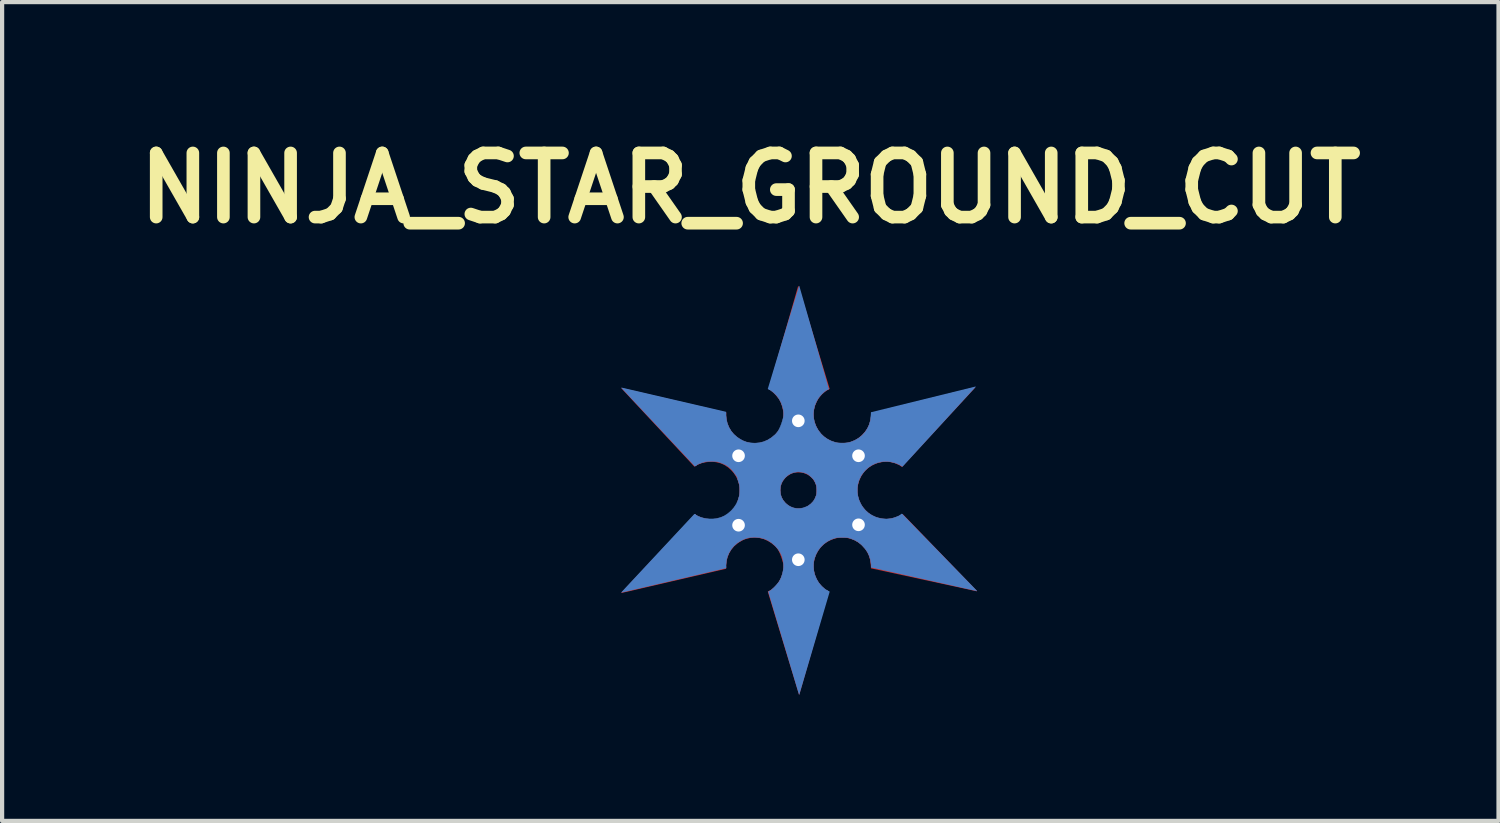
<source format=kicad_pcb>
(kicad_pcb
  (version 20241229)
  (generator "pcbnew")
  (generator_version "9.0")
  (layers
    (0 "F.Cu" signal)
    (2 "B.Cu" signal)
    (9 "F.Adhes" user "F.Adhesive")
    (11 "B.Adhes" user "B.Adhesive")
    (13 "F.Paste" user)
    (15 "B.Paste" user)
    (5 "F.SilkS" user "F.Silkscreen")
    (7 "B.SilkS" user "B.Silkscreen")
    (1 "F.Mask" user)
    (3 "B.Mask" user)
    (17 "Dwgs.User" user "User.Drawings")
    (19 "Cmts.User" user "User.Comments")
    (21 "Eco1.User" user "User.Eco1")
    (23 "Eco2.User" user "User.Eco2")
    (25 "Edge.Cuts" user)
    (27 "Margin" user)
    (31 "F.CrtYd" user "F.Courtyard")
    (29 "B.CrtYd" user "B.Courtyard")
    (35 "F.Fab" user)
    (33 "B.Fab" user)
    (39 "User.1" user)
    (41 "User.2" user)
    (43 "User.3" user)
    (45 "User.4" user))
  (footprint "NINJA_STAR_GROUND_CUT"
    (layer "F.Cu")
    (at 15.916 8.598)
    (property "Reference" "NINJA_STAR_GROUND_CUT" (at -1.14 -7.18 0) (layer "F.SilkS") (effects (font (size 1.524 1.524) (thickness 0.3))))
    (attr through_hole)
    (fp_poly (pts (xy 0.254 -2.418) (xy 0.352 -2.418) (xy 0.436 -2.418) (xy 0.507 -2.418) (xy 0.566 -2.417) (xy 0.614 -2.417) (xy 0.652 -2.416) (xy 0.681 -2.415) (xy 0.703 -2.414) (xy 0.717 -2.412) (xy 0.725 -2.411) (xy 0.728 -2.409) (xy 0.727 -2.407) (xy 0.724 -2.405) (xy 0.634 -2.348) (xy 0.555 -2.279) (xy 0.487 -2.199) (xy 0.433 -2.108) (xy 0.392 -2.009) (xy 0.38 -1.969) (xy 0.368 -1.905) (xy 0.362 -1.833) (xy 0.361 -1.76) (xy 0.367 -1.691) (xy 0.376 -1.644) (xy 0.412 -1.539) (xy 0.46 -1.444) (xy 0.522 -1.358) (xy 0.596 -1.283) (xy 0.68 -1.22) (xy 0.774 -1.17) (xy 0.861 -1.139) (xy 0.891 -1.131) (xy 0.92 -1.125) (xy 0.952 -1.122) (xy 0.991 -1.12) (xy 1.041 -1.12) (xy 1.05 -1.12) (xy 1.1 -1.121) (xy 1.137 -1.122) (xy 1.166 -1.125) (xy 1.192 -1.13) (xy 1.22 -1.137) (xy 1.253 -1.148) (xy 1.253 -1.148) (xy 1.34 -1.183) (xy 1.417 -1.227) (xy 1.488 -1.283) (xy 1.52 -1.314) (xy 1.592 -1.394) (xy 1.648 -1.476) (xy 1.688 -1.563) (xy 1.716 -1.657) (xy 1.728 -1.737) (xy 1.732 -1.773) (xy 1.735 -1.802) (xy 1.738 -1.82) (xy 1.739 -1.824) (xy 1.744 -1.818) (xy 1.755 -1.8) (xy 1.772 -1.772) (xy 1.792 -1.738) (xy 1.795 -1.732) (xy 1.818 -1.692) (xy 1.84 -1.655) (xy 1.858 -1.624) (xy 1.87 -1.603) (xy 1.878 -1.59) (xy 1.893 -1.563) (xy 1.915 -1.525) (xy 1.944 -1.476) (xy 1.978 -1.417) (xy 2.017 -1.35) (xy 2.06 -1.277) (xy 2.106 -1.198) (xy 2.154 -1.114) (xy 2.178 -1.073) (xy 2.227 -0.989) (xy 2.273 -0.91) (xy 2.316 -0.836) (xy 2.355 -0.768) (xy 2.39 -0.709) (xy 2.419 -0.659) (xy 2.442 -0.619) (xy 2.458 -0.591) (xy 2.467 -0.575) (xy 2.469 -0.573) (xy 2.463 -0.574) (xy 2.445 -0.582) (xy 2.418 -0.595) (xy 2.392 -0.607) (xy 2.291 -0.649) (xy 2.189 -0.675) (xy 2.086 -0.683) (xy 1.982 -0.674) (xy 1.876 -0.649) (xy 1.846 -0.639) (xy 1.752 -0.596) (xy 1.667 -0.541) (xy 1.594 -0.475) (xy 1.531 -0.4) (xy 1.48 -0.317) (xy 1.441 -0.228) (xy 1.415 -0.135) (xy 1.402 -0.038) (xy 1.402 0.06) (xy 1.417 0.157) (xy 1.447 0.253) (xy 1.492 0.346) (xy 1.509 0.373) (xy 1.574 0.458) (xy 1.649 0.53) (xy 1.732 0.589) (xy 1.822 0.635) (xy 1.918 0.666) (xy 2.017 0.683) (xy 2.118 0.686) (xy 2.219 0.672) (xy 2.32 0.644) (xy 2.389 0.614) (xy 2.472 0.572) (xy 2.456 0.598) (xy 2.45 0.61) (xy 2.435 0.635) (xy 2.414 0.672) (xy 2.386 0.72) (xy 2.352 0.779) (xy 2.313 0.846) (xy 2.27 0.921) (xy 2.223 1.003) (xy 2.173 1.091) (xy 2.12 1.182) (xy 2.095 1.226) (xy 2.042 1.319) (xy 1.991 1.407) (xy 1.943 1.491) (xy 1.898 1.568) (xy 1.858 1.638) (xy 1.822 1.699) (xy 1.792 1.75) (xy 1.768 1.791) (xy 1.751 1.82) (xy 1.742 1.835) (xy 1.74 1.838) (xy 1.735 1.84) (xy 1.732 1.832) (xy 1.729 1.812) (xy 1.726 1.779) (xy 1.725 1.758) (xy 1.711 1.653) (xy 1.683 1.555) (xy 1.639 1.462) (xy 1.582 1.378) (xy 1.513 1.303) (xy 1.433 1.239) (xy 1.342 1.186) (xy 1.246 1.148) (xy 1.178 1.131) (xy 1.101 1.122) (xy 1.021 1.121) (xy 0.943 1.126) (xy 0.885 1.137) (xy 0.79 1.168) (xy 0.7 1.212) (xy 0.619 1.267) (xy 0.549 1.331) (xy 0.543 1.337) (xy 0.475 1.424) (xy 0.423 1.516) (xy 0.386 1.613) (xy 0.365 1.714) (xy 0.358 1.815) (xy 0.368 1.917) (xy 0.393 2.018) (xy 0.434 2.115) (xy 0.469 2.177) (xy 0.506 2.227) (xy 0.551 2.278) (xy 0.601 2.326) (xy 0.65 2.365) (xy 0.67 2.379) (xy 0.695 2.394) (xy 0.712 2.406) (xy 0.72 2.412) (xy 0.72 2.412) (xy 0.711 2.413) (xy 0.687 2.413) (xy 0.649 2.414) (xy 0.597 2.414) (xy 0.534 2.414) (xy 0.459 2.415) (xy 0.375 2.415) (xy 0.283 2.415) (xy 0.184 2.415) (xy 0.079 2.415) (xy 0.004 2.415) (xy -0.104 2.415) (xy -0.208 2.415) (xy -0.305 2.415) (xy -0.395 2.415) (xy -0.476 2.415) (xy -0.547 2.414) (xy -0.607 2.414) (xy -0.654 2.413) (xy -0.688 2.413) (xy -0.707 2.413) (xy -0.711 2.412) (xy -0.705 2.407) (xy -0.687 2.395) (xy -0.663 2.379) (xy -0.661 2.378) (xy -0.584 2.321) (xy -0.515 2.251) (xy -0.456 2.17) (xy -0.408 2.081) (xy -0.374 1.985) (xy -0.371 1.975) (xy -0.356 1.906) (xy -0.349 1.843) (xy -0.35 1.78) (xy -0.361 1.715) (xy -0.381 1.642) (xy -0.397 1.594) (xy -0.423 1.523) (xy -0.449 1.465) (xy -0.474 1.417) (xy -0.503 1.377) (xy -0.535 1.339) (xy -0.55 1.324) (xy -0.636 1.252) (xy -0.728 1.195) (xy -0.824 1.154) (xy -0.925 1.129) (xy -1.029 1.12) (xy -1.033 1.12) (xy -1.134 1.126) (xy -1.227 1.145) (xy -1.315 1.178) (xy -1.4 1.226) (xy -1.455 1.264) (xy -1.535 1.334) (xy -1.6 1.414) (xy -1.652 1.503) (xy -1.689 1.599) (xy -1.711 1.702) (xy -1.717 1.762) (xy -1.719 1.799) (xy -1.722 1.829) (xy -1.726 1.849) (xy -1.729 1.855) (xy -1.734 1.847) (xy -1.746 1.826) (xy -1.766 1.793) (xy -1.792 1.749) (xy -1.823 1.696) (xy -1.859 1.634) (xy -1.899 1.565) (xy -1.942 1.491) (xy -1.988 1.412) (xy -2.035 1.33) (xy -2.083 1.246) (xy -2.132 1.161) (xy -2.18 1.077) (xy -2.227 0.995) (xy -2.272 0.916) (xy -2.314 0.842) (xy -2.352 0.774) (xy -2.377 0.73) (xy -2.399 0.691) (xy -2.42 0.655) (xy -2.437 0.625) (xy -2.448 0.607) (xy -2.448 0.606) (xy -2.458 0.587) (xy -2.457 0.579) (xy -2.445 0.584) (xy -2.42 0.599) (xy -2.419 0.599) (xy -2.385 0.619) (xy -2.339 0.638) (xy -2.286 0.657) (xy -2.232 0.672) (xy -2.193 0.68) (xy -2.122 0.688) (xy -2.048 0.69) (xy -1.976 0.685) (xy -1.91 0.675) (xy -1.863 0.662) (xy -1.779 0.629) (xy -1.708 0.593) (xy -1.648 0.552) (xy -1.595 0.504) (xy -1.568 0.474) (xy -1.543 0.443) (xy -1.517 0.408) (xy -1.492 0.374) (xy -1.471 0.342) (xy -1.456 0.317) (xy -1.448 0.3) (xy -1.448 0.298) (xy -1.445 0.284) (xy -1.438 0.256) (xy -1.425 0.214) (xy -1.408 0.163) (xy -1.398 0.118) (xy -1.392 0.062) (xy -1.391 0.003) (xy -0.432 0.003) (xy -0.426 0.083) (xy -0.406 0.156) (xy -0.372 0.224) (xy -0.323 0.288) (xy -0.304 0.309) (xy -0.239 0.364) (xy -0.166 0.404) (xy -0.088 0.429) (xy -0.006 0.439) (xy 0.08 0.432) (xy 0.124 0.422) (xy 0.174 0.406) (xy 0.219 0.385) (xy 0.262 0.356) (xy 0.307 0.317) (xy 0.357 0.266) (xy 0.361 0.261) (xy 0.374 0.242) (xy 0.39 0.212) (xy 0.406 0.176) (xy 0.421 0.14) (xy 0.427 0.121) (xy 0.435 0.079) (xy 0.439 0.027) (xy 0.439 -0.028) (xy 0.435 -0.079) (xy 0.429 -0.112) (xy 0.399 -0.19) (xy 0.356 -0.261) (xy 0.299 -0.321) (xy 0.232 -0.37) (xy 0.207 -0.383) (xy 0.124 -0.416) (xy 0.041 -0.432) (xy -0.041 -0.432) (xy -0.121 -0.416) (xy -0.196 -0.385) (xy -0.266 -0.338) (xy -0.306 -0.303) (xy -0.36 -0.238) (xy -0.399 -0.169) (xy -0.422 -0.094) (xy -0.431 -0.011) (xy -0.432 0.003) (xy -1.391 0.003) (xy -1.39 0.001) (xy -1.393 -0.062) (xy -1.4 -0.119) (xy -1.404 -0.138) (xy -1.433 -0.238) (xy -1.474 -0.327) (xy -1.528 -0.409) (xy -1.591 -0.481) (xy -1.671 -0.551) (xy -1.754 -0.606) (xy -1.842 -0.645) (xy -1.937 -0.67) (xy -2.028 -0.681) (xy -2.121 -0.68) (xy -2.213 -0.669) (xy -2.301 -0.648) (xy -2.379 -0.617) (xy -2.424 -0.593) (xy -2.445 -0.581) (xy -2.46 -0.575) (xy -2.464 -0.575) (xy -2.462 -0.583) (xy -2.453 -0.602) (xy -2.439 -0.629) (xy -2.421 -0.662) (xy -2.401 -0.697) (xy -2.382 -0.732) (xy -2.363 -0.762) (xy -2.349 -0.786) (xy -2.339 -0.8) (xy -2.337 -0.802) (xy -2.329 -0.813) (xy -2.326 -0.82) (xy -2.321 -0.83) (xy -2.308 -0.853) (xy -2.289 -0.887) (xy -2.263 -0.932) (xy -2.232 -0.985) (xy -2.197 -1.046) (xy -2.158 -1.113) (xy -2.117 -1.183) (xy -2.074 -1.257) (xy -2.03 -1.332) (xy -1.986 -1.408) (xy -1.943 -1.482) (xy -1.901 -1.553) (xy -1.862 -1.619) (xy -1.827 -1.68) (xy -1.795 -1.734) (xy -1.768 -1.779) (xy -1.748 -1.813) (xy -1.733 -1.837) (xy -1.727 -1.847) (xy -1.727 -1.847) (xy -1.723 -1.844) (xy -1.72 -1.825) (xy -1.719 -1.791) (xy -1.719 -1.779) (xy -1.71 -1.678) (xy -1.686 -1.58) (xy -1.647 -1.487) (xy -1.595 -1.4) (xy -1.53 -1.322) (xy -1.453 -1.254) (xy -1.366 -1.198) (xy -1.346 -1.187) (xy -1.278 -1.156) (xy -1.213 -1.135) (xy -1.148 -1.122) (xy -1.076 -1.115) (xy -1.023 -1.115) (xy -0.92 -1.123) (xy -0.82 -1.148) (xy -0.724 -1.189) (xy -0.635 -1.245) (xy -0.553 -1.315) (xy -0.55 -1.318) (xy -0.48 -1.398) (xy -0.426 -1.483) (xy -0.386 -1.575) (xy -0.361 -1.674) (xy -0.35 -1.763) (xy -0.35 -1.827) (xy -0.359 -1.897) (xy -0.374 -1.97) (xy -0.396 -2.042) (xy -0.422 -2.107) (xy -0.451 -2.162) (xy -0.468 -2.186) (xy -0.51 -2.237) (xy -0.554 -2.286) (xy -0.598 -2.329) (xy -0.639 -2.366) (xy -0.674 -2.393) (xy -0.697 -2.406) (xy -0.7 -2.408) (xy -0.698 -2.41) (xy -0.69 -2.412) (xy -0.675 -2.413) (xy -0.653 -2.414) (xy -0.621 -2.415) (xy -0.58 -2.416) (xy -0.529 -2.417) (xy -0.466 -2.417) (xy -0.39 -2.417) (xy -0.301 -2.418) (xy -0.197 -2.418) (xy -0.078 -2.418) (xy 0.013 -2.418) (xy 0.142 -2.418) (xy 0.254 -2.418)) (stroke (width 0.01) (type solid)) (fill yes) (layer "F.Cu"))
    (fp_poly (pts (xy 0.254 -2.418) (xy 0.352 -2.418) (xy 0.436 -2.418) (xy 0.507 -2.418) (xy 0.566 -2.417) (xy 0.614 -2.417) (xy 0.652 -2.416) (xy 0.681 -2.415) (xy 0.703 -2.414) (xy 0.717 -2.412) (xy 0.725 -2.411) (xy 0.728 -2.409) (xy 0.727 -2.407) (xy 0.724 -2.405) (xy 0.634 -2.348) (xy 0.555 -2.279) (xy 0.487 -2.199) (xy 0.433 -2.108) (xy 0.392 -2.009) (xy 0.38 -1.969) (xy 0.368 -1.905) (xy 0.362 -1.833) (xy 0.361 -1.76) (xy 0.367 -1.691) (xy 0.376 -1.644) (xy 0.412 -1.539) (xy 0.46 -1.444) (xy 0.522 -1.358) (xy 0.596 -1.283) (xy 0.68 -1.22) (xy 0.774 -1.17) (xy 0.861 -1.139) (xy 0.891 -1.131) (xy 0.92 -1.125) (xy 0.952 -1.122) (xy 0.991 -1.12) (xy 1.041 -1.12) (xy 1.05 -1.12) (xy 1.1 -1.121) (xy 1.137 -1.122) (xy 1.166 -1.125) (xy 1.192 -1.13) (xy 1.22 -1.137) (xy 1.253 -1.148) (xy 1.253 -1.148) (xy 1.34 -1.183) (xy 1.417 -1.227) (xy 1.488 -1.283) (xy 1.52 -1.314) (xy 1.592 -1.394) (xy 1.648 -1.476) (xy 1.688 -1.563) (xy 1.716 -1.657) (xy 1.728 -1.737) (xy 1.732 -1.773) (xy 1.735 -1.802) (xy 1.738 -1.82) (xy 1.739 -1.824) (xy 1.744 -1.818) (xy 1.755 -1.8) (xy 1.772 -1.772) (xy 1.792 -1.738) (xy 1.795 -1.732) (xy 1.818 -1.692) (xy 1.84 -1.655) (xy 1.858 -1.624) (xy 1.87 -1.603) (xy 1.878 -1.59) (xy 1.893 -1.563) (xy 1.915 -1.525) (xy 1.944 -1.476) (xy 1.978 -1.417) (xy 2.017 -1.35) (xy 2.06 -1.277) (xy 2.106 -1.198) (xy 2.154 -1.114) (xy 2.178 -1.073) (xy 2.227 -0.989) (xy 2.273 -0.91) (xy 2.316 -0.836) (xy 2.355 -0.768) (xy 2.39 -0.709) (xy 2.419 -0.659) (xy 2.442 -0.619) (xy 2.458 -0.591) (xy 2.467 -0.575) (xy 2.469 -0.573) (xy 2.463 -0.574) (xy 2.445 -0.582) (xy 2.418 -0.595) (xy 2.392 -0.607) (xy 2.291 -0.649) (xy 2.189 -0.675) (xy 2.086 -0.683) (xy 1.982 -0.674) (xy 1.876 -0.649) (xy 1.846 -0.639) (xy 1.752 -0.596) (xy 1.667 -0.541) (xy 1.594 -0.475) (xy 1.531 -0.4) (xy 1.48 -0.317) (xy 1.441 -0.228) (xy 1.415 -0.135) (xy 1.402 -0.038) (xy 1.402 0.06) (xy 1.417 0.157) (xy 1.447 0.253) (xy 1.492 0.346) (xy 1.509 0.373) (xy 1.574 0.458) (xy 1.649 0.53) (xy 1.732 0.589) (xy 1.822 0.635) (xy 1.918 0.666) (xy 2.017 0.683) (xy 2.118 0.686) (xy 2.219 0.672) (xy 2.32 0.644) (xy 2.389 0.614) (xy 2.472 0.572) (xy 2.456 0.598) (xy 2.45 0.61) (xy 2.435 0.635) (xy 2.414 0.672) (xy 2.386 0.72) (xy 2.352 0.779) (xy 2.313 0.846) (xy 2.27 0.921) (xy 2.223 1.003) (xy 2.173 1.091) (xy 2.12 1.182) (xy 2.095 1.226) (xy 2.042 1.319) (xy 1.991 1.407) (xy 1.943 1.491) (xy 1.898 1.568) (xy 1.858 1.638) (xy 1.822 1.699) (xy 1.792 1.75) (xy 1.768 1.791) (xy 1.751 1.82) (xy 1.742 1.835) (xy 1.74 1.838) (xy 1.735 1.84) (xy 1.732 1.832) (xy 1.729 1.812) (xy 1.726 1.779) (xy 1.725 1.758) (xy 1.711 1.653) (xy 1.683 1.555) (xy 1.639 1.462) (xy 1.582 1.378) (xy 1.513 1.303) (xy 1.433 1.239) (xy 1.342 1.186) (xy 1.246 1.148) (xy 1.178 1.131) (xy 1.101 1.122) (xy 1.021 1.121) (xy 0.943 1.126) (xy 0.885 1.137) (xy 0.79 1.168) (xy 0.7 1.212) (xy 0.619 1.267) (xy 0.549 1.331) (xy 0.543 1.337) (xy 0.475 1.424) (xy 0.423 1.516) (xy 0.386 1.613) (xy 0.365 1.714) (xy 0.358 1.815) (xy 0.368 1.917) (xy 0.393 2.018) (xy 0.434 2.115) (xy 0.469 2.177) (xy 0.506 2.227) (xy 0.551 2.278) (xy 0.601 2.326) (xy 0.65 2.365) (xy 0.67 2.379) (xy 0.695 2.394) (xy 0.712 2.406) (xy 0.72 2.412) (xy 0.72 2.412) (xy 0.711 2.413) (xy 0.687 2.413) (xy 0.649 2.414) (xy 0.597 2.414) (xy 0.534 2.414) (xy 0.459 2.415) (xy 0.375 2.415) (xy 0.283 2.415) (xy 0.184 2.415) (xy 0.079 2.415) (xy 0.004 2.415) (xy -0.104 2.415) (xy -0.208 2.415) (xy -0.305 2.415) (xy -0.395 2.415) (xy -0.476 2.415) (xy -0.547 2.414) (xy -0.607 2.414) (xy -0.654 2.413) (xy -0.688 2.413) (xy -0.707 2.413) (xy -0.711 2.412) (xy -0.705 2.407) (xy -0.687 2.395) (xy -0.663 2.379) (xy -0.661 2.378) (xy -0.584 2.321) (xy -0.515 2.251) (xy -0.456 2.17) (xy -0.408 2.081) (xy -0.374 1.985) (xy -0.371 1.975) (xy -0.356 1.906) (xy -0.349 1.843) (xy -0.35 1.78) (xy -0.361 1.715) (xy -0.381 1.642) (xy -0.397 1.594) (xy -0.423 1.523) (xy -0.449 1.465) (xy -0.474 1.417) (xy -0.503 1.377) (xy -0.535 1.339) (xy -0.55 1.324) (xy -0.636 1.252) (xy -0.728 1.195) (xy -0.824 1.154) (xy -0.925 1.129) (xy -1.029 1.12) (xy -1.033 1.12) (xy -1.134 1.126) (xy -1.227 1.145) (xy -1.315 1.178) (xy -1.4 1.226) (xy -1.455 1.264) (xy -1.535 1.334) (xy -1.6 1.414) (xy -1.652 1.503) (xy -1.689 1.599) (xy -1.711 1.702) (xy -1.717 1.762) (xy -1.719 1.799) (xy -1.722 1.829) (xy -1.726 1.849) (xy -1.729 1.855) (xy -1.734 1.847) (xy -1.746 1.826) (xy -1.766 1.793) (xy -1.792 1.749) (xy -1.823 1.696) (xy -1.859 1.634) (xy -1.899 1.565) (xy -1.942 1.491) (xy -1.988 1.412) (xy -2.035 1.33) (xy -2.083 1.246) (xy -2.132 1.161) (xy -2.18 1.077) (xy -2.227 0.995) (xy -2.272 0.916) (xy -2.314 0.842) (xy -2.352 0.774) (xy -2.377 0.73) (xy -2.399 0.691) (xy -2.42 0.655) (xy -2.437 0.625) (xy -2.448 0.607) (xy -2.448 0.606) (xy -2.458 0.587) (xy -2.457 0.579) (xy -2.445 0.584) (xy -2.42 0.599) (xy -2.419 0.599) (xy -2.385 0.619) (xy -2.339 0.638) (xy -2.286 0.657) (xy -2.232 0.672) (xy -2.193 0.68) (xy -2.122 0.688) (xy -2.048 0.69) (xy -1.976 0.685) (xy -1.91 0.675) (xy -1.863 0.662) (xy -1.779 0.629) (xy -1.708 0.593) (xy -1.648 0.552) (xy -1.595 0.504) (xy -1.568 0.474) (xy -1.543 0.443) (xy -1.517 0.408) (xy -1.492 0.374) (xy -1.471 0.342) (xy -1.456 0.317) (xy -1.448 0.3) (xy -1.448 0.298) (xy -1.445 0.284) (xy -1.438 0.256) (xy -1.425 0.214) (xy -1.408 0.163) (xy -1.398 0.118) (xy -1.392 0.062) (xy -1.391 0.003) (xy -0.432 0.003) (xy -0.426 0.083) (xy -0.406 0.156) (xy -0.372 0.224) (xy -0.323 0.288) (xy -0.304 0.309) (xy -0.239 0.364) (xy -0.166 0.404) (xy -0.088 0.429) (xy -0.006 0.439) (xy 0.08 0.432) (xy 0.124 0.422) (xy 0.174 0.406) (xy 0.219 0.385) (xy 0.262 0.356) (xy 0.307 0.317) (xy 0.357 0.266) (xy 0.361 0.261) (xy 0.374 0.242) (xy 0.39 0.212) (xy 0.406 0.176) (xy 0.421 0.14) (xy 0.427 0.121) (xy 0.435 0.079) (xy 0.439 0.027) (xy 0.439 -0.028) (xy 0.435 -0.079) (xy 0.429 -0.112) (xy 0.399 -0.19) (xy 0.356 -0.261) (xy 0.299 -0.321) (xy 0.232 -0.37) (xy 0.207 -0.383) (xy 0.124 -0.416) (xy 0.041 -0.432) (xy -0.041 -0.432) (xy -0.121 -0.416) (xy -0.196 -0.385) (xy -0.266 -0.338) (xy -0.306 -0.303) (xy -0.36 -0.238) (xy -0.399 -0.169) (xy -0.422 -0.094) (xy -0.431 -0.011) (xy -0.432 0.003) (xy -1.391 0.003) (xy -1.39 0.001) (xy -1.393 -0.062) (xy -1.4 -0.119) (xy -1.404 -0.138) (xy -1.433 -0.238) (xy -1.474 -0.327) (xy -1.528 -0.409) (xy -1.591 -0.481) (xy -1.671 -0.551) (xy -1.754 -0.606) (xy -1.842 -0.645) (xy -1.937 -0.67) (xy -2.028 -0.681) (xy -2.121 -0.68) (xy -2.213 -0.669) (xy -2.301 -0.648) (xy -2.379 -0.617) (xy -2.424 -0.593) (xy -2.445 -0.581) (xy -2.46 -0.575) (xy -2.464 -0.575) (xy -2.462 -0.583) (xy -2.453 -0.602) (xy -2.439 -0.629) (xy -2.421 -0.662) (xy -2.401 -0.697) (xy -2.382 -0.732) (xy -2.363 -0.762) (xy -2.349 -0.786) (xy -2.339 -0.8) (xy -2.337 -0.802) (xy -2.329 -0.813) (xy -2.326 -0.82) (xy -2.321 -0.83) (xy -2.308 -0.853) (xy -2.289 -0.887) (xy -2.263 -0.932) (xy -2.232 -0.985) (xy -2.197 -1.046) (xy -2.158 -1.113) (xy -2.117 -1.183) (xy -2.074 -1.257) (xy -2.03 -1.332) (xy -1.986 -1.408) (xy -1.943 -1.482) (xy -1.901 -1.553) (xy -1.862 -1.619) (xy -1.827 -1.68) (xy -1.795 -1.734) (xy -1.768 -1.779) (xy -1.748 -1.813) (xy -1.733 -1.837) (xy -1.727 -1.847) (xy -1.727 -1.847) (xy -1.723 -1.844) (xy -1.72 -1.825) (xy -1.719 -1.791) (xy -1.719 -1.779) (xy -1.71 -1.678) (xy -1.686 -1.58) (xy -1.647 -1.487) (xy -1.595 -1.4) (xy -1.53 -1.322) (xy -1.453 -1.254) (xy -1.366 -1.198) (xy -1.346 -1.187) (xy -1.278 -1.156) (xy -1.213 -1.135) (xy -1.148 -1.122) (xy -1.076 -1.115) (xy -1.023 -1.115) (xy -0.92 -1.123) (xy -0.82 -1.148) (xy -0.724 -1.189) (xy -0.635 -1.245) (xy -0.553 -1.315) (xy -0.55 -1.318) (xy -0.48 -1.398) (xy -0.426 -1.483) (xy -0.386 -1.575) (xy -0.361 -1.674) (xy -0.35 -1.763) (xy -0.35 -1.827) (xy -0.359 -1.897) (xy -0.374 -1.97) (xy -0.396 -2.042) (xy -0.422 -2.107) (xy -0.451 -2.162) (xy -0.468 -2.186) (xy -0.51 -2.237) (xy -0.554 -2.286) (xy -0.598 -2.329) (xy -0.639 -2.366) (xy -0.674 -2.393) (xy -0.697 -2.406) (xy -0.7 -2.408) (xy -0.698 -2.41) (xy -0.69 -2.412) (xy -0.675 -2.413) (xy -0.653 -2.414) (xy -0.621 -2.415) (xy -0.58 -2.416) (xy -0.529 -2.417) (xy -0.466 -2.417) (xy -0.39 -2.417) (xy -0.301 -2.418) (xy -0.197 -2.418) (xy -0.078 -2.418) (xy 0.013 -2.418) (xy 0.142 -2.418) (xy 0.254 -2.418)) (stroke (width 0.01) (type solid)) (fill yes) (layer "F.Mask"))
    (fp_poly (pts (xy 0.254 2.418) (xy 0.352 2.418) (xy 0.436 2.418) (xy 0.507 2.418) (xy 0.566 2.417) (xy 0.614 2.417) (xy 0.652 2.416) (xy 0.681 2.415) (xy 0.703 2.414) (xy 0.717 2.412) (xy 0.725 2.411) (xy 0.728 2.409) (xy 0.727 2.407) (xy 0.724 2.405) (xy 0.634 2.348) (xy 0.555 2.279) (xy 0.487 2.199) (xy 0.433 2.108) (xy 0.392 2.009) (xy 0.38 1.969) (xy 0.368 1.905) (xy 0.362 1.833) (xy 0.361 1.76) (xy 0.367 1.691) (xy 0.376 1.644) (xy 0.412 1.539) (xy 0.46 1.444) (xy 0.522 1.358) (xy 0.596 1.283) (xy 0.68 1.22) (xy 0.774 1.17) (xy 0.861 1.139) (xy 0.891 1.131) (xy 0.92 1.125) (xy 0.952 1.122) (xy 0.991 1.12) (xy 1.041 1.12) (xy 1.05 1.12) (xy 1.1 1.121) (xy 1.137 1.122) (xy 1.166 1.125) (xy 1.192 1.13) (xy 1.22 1.137) (xy 1.253 1.148) (xy 1.253 1.148) (xy 1.34 1.183) (xy 1.417 1.227) (xy 1.488 1.283) (xy 1.52 1.314) (xy 1.592 1.394) (xy 1.648 1.476) (xy 1.688 1.563) (xy 1.716 1.657) (xy 1.728 1.737) (xy 1.732 1.773) (xy 1.735 1.802) (xy 1.738 1.82) (xy 1.739 1.824) (xy 1.744 1.818) (xy 1.755 1.8) (xy 1.772 1.772) (xy 1.792 1.738) (xy 1.795 1.732) (xy 1.818 1.692) (xy 1.84 1.655) (xy 1.858 1.624) (xy 1.87 1.603) (xy 1.878 1.59) (xy 1.893 1.563) (xy 1.915 1.525) (xy 1.944 1.476) (xy 1.978 1.417) (xy 2.017 1.35) (xy 2.06 1.277) (xy 2.106 1.198) (xy 2.154 1.114) (xy 2.178 1.073) (xy 2.227 0.989) (xy 2.273 0.91) (xy 2.316 0.836) (xy 2.355 0.768) (xy 2.39 0.709) (xy 2.419 0.659) (xy 2.442 0.619) (xy 2.458 0.591) (xy 2.467 0.575) (xy 2.469 0.573) (xy 2.463 0.574) (xy 2.445 0.582) (xy 2.418 0.595) (xy 2.392 0.607) (xy 2.291 0.649) (xy 2.189 0.675) (xy 2.086 0.683) (xy 1.982 0.674) (xy 1.876 0.649) (xy 1.846 0.639) (xy 1.752 0.596) (xy 1.667 0.541) (xy 1.594 0.475) (xy 1.531 0.4) (xy 1.48 0.317) (xy 1.441 0.228) (xy 1.415 0.135) (xy 1.402 0.038) (xy 1.402 -0.06) (xy 1.417 -0.157) (xy 1.447 -0.253) (xy 1.492 -0.346) (xy 1.509 -0.373) (xy 1.574 -0.458) (xy 1.649 -0.53) (xy 1.732 -0.589) (xy 1.822 -0.635) (xy 1.918 -0.666) (xy 2.017 -0.683) (xy 2.118 -0.686) (xy 2.219 -0.672) (xy 2.32 -0.644) (xy 2.389 -0.614) (xy 2.472 -0.572) (xy 2.456 -0.598) (xy 2.45 -0.61) (xy 2.435 -0.635) (xy 2.414 -0.672) (xy 2.386 -0.72) (xy 2.352 -0.779) (xy 2.313 -0.846) (xy 2.27 -0.921) (xy 2.223 -1.003) (xy 2.173 -1.091) (xy 2.12 -1.182) (xy 2.095 -1.226) (xy 2.042 -1.319) (xy 1.991 -1.407) (xy 1.943 -1.491) (xy 1.898 -1.568) (xy 1.858 -1.638) (xy 1.822 -1.699) (xy 1.792 -1.75) (xy 1.768 -1.791) (xy 1.751 -1.82) (xy 1.742 -1.835) (xy 1.74 -1.838) (xy 1.735 -1.84) (xy 1.732 -1.832) (xy 1.729 -1.812) (xy 1.726 -1.779) (xy 1.725 -1.758) (xy 1.711 -1.653) (xy 1.683 -1.555) (xy 1.639 -1.462) (xy 1.582 -1.378) (xy 1.513 -1.303) (xy 1.433 -1.239) (xy 1.342 -1.186) (xy 1.246 -1.148) (xy 1.178 -1.131) (xy 1.101 -1.122) (xy 1.021 -1.121) (xy 0.943 -1.126) (xy 0.885 -1.137) (xy 0.79 -1.168) (xy 0.7 -1.212) (xy 0.619 -1.267) (xy 0.549 -1.331) (xy 0.543 -1.337) (xy 0.475 -1.424) (xy 0.423 -1.516) (xy 0.386 -1.613) (xy 0.365 -1.714) (xy 0.358 -1.815) (xy 0.368 -1.917) (xy 0.393 -2.018) (xy 0.434 -2.115) (xy 0.469 -2.177) (xy 0.506 -2.227) (xy 0.551 -2.278) (xy 0.601 -2.326) (xy 0.65 -2.365) (xy 0.67 -2.379) (xy 0.695 -2.394) (xy 0.712 -2.406) (xy 0.72 -2.412) (xy 0.72 -2.412) (xy 0.711 -2.413) (xy 0.687 -2.413) (xy 0.649 -2.414) (xy 0.597 -2.414) (xy 0.534 -2.414) (xy 0.459 -2.415) (xy 0.375 -2.415) (xy 0.283 -2.415) (xy 0.184 -2.415) (xy 0.079 -2.415) (xy 0.004 -2.415) (xy -0.104 -2.415) (xy -0.208 -2.415) (xy -0.305 -2.415) (xy -0.395 -2.415) (xy -0.476 -2.415) (xy -0.547 -2.414) (xy -0.607 -2.414) (xy -0.654 -2.413) (xy -0.688 -2.413) (xy -0.707 -2.413) (xy -0.711 -2.412) (xy -0.705 -2.407) (xy -0.687 -2.395) (xy -0.663 -2.379) (xy -0.661 -2.378) (xy -0.584 -2.321) (xy -0.515 -2.251) (xy -0.456 -2.17) (xy -0.408 -2.081) (xy -0.374 -1.985) (xy -0.371 -1.975) (xy -0.356 -1.906) (xy -0.349 -1.843) (xy -0.35 -1.78) (xy -0.361 -1.715) (xy -0.381 -1.642) (xy -0.397 -1.594) (xy -0.423 -1.523) (xy -0.449 -1.465) (xy -0.474 -1.417) (xy -0.503 -1.377) (xy -0.535 -1.339) (xy -0.55 -1.324) (xy -0.636 -1.252) (xy -0.728 -1.195) (xy -0.824 -1.154) (xy -0.925 -1.129) (xy -1.029 -1.12) (xy -1.033 -1.12) (xy -1.134 -1.126) (xy -1.227 -1.145) (xy -1.315 -1.178) (xy -1.4 -1.226) (xy -1.455 -1.264) (xy -1.535 -1.334) (xy -1.6 -1.414) (xy -1.652 -1.503) (xy -1.689 -1.599) (xy -1.711 -1.702) (xy -1.717 -1.762) (xy -1.719 -1.799) (xy -1.722 -1.829) (xy -1.726 -1.849) (xy -1.729 -1.855) (xy -1.734 -1.847) (xy -1.746 -1.826) (xy -1.766 -1.793) (xy -1.792 -1.749) (xy -1.823 -1.696) (xy -1.859 -1.634) (xy -1.899 -1.565) (xy -1.942 -1.491) (xy -1.988 -1.412) (xy -2.035 -1.33) (xy -2.083 -1.246) (xy -2.132 -1.161) (xy -2.18 -1.077) (xy -2.227 -0.995) (xy -2.272 -0.916) (xy -2.314 -0.842) (xy -2.352 -0.774) (xy -2.377 -0.73) (xy -2.399 -0.691) (xy -2.42 -0.655) (xy -2.437 -0.625) (xy -2.448 -0.607) (xy -2.448 -0.606) (xy -2.458 -0.587) (xy -2.457 -0.579) (xy -2.445 -0.584) (xy -2.42 -0.599) (xy -2.419 -0.599) (xy -2.385 -0.619) (xy -2.339 -0.638) (xy -2.286 -0.657) (xy -2.232 -0.672) (xy -2.193 -0.68) (xy -2.122 -0.688) (xy -2.048 -0.69) (xy -1.976 -0.685) (xy -1.91 -0.675) (xy -1.863 -0.662) (xy -1.779 -0.629) (xy -1.708 -0.593) (xy -1.648 -0.552) (xy -1.595 -0.504) (xy -1.568 -0.474) (xy -1.543 -0.443) (xy -1.517 -0.408) (xy -1.492 -0.374) (xy -1.471 -0.342) (xy -1.456 -0.317) (xy -1.448 -0.3) (xy -1.448 -0.298) (xy -1.445 -0.284) (xy -1.438 -0.256) (xy -1.425 -0.214) (xy -1.408 -0.163) (xy -1.398 -0.118) (xy -1.392 -0.062) (xy -1.391 -0.003) (xy -0.432 -0.003) (xy -0.426 -0.083) (xy -0.406 -0.156) (xy -0.372 -0.224) (xy -0.323 -0.288) (xy -0.304 -0.309) (xy -0.239 -0.364) (xy -0.166 -0.404) (xy -0.088 -0.429) (xy -0.006 -0.439) (xy 0.08 -0.432) (xy 0.124 -0.422) (xy 0.174 -0.406) (xy 0.219 -0.385) (xy 0.262 -0.356) (xy 0.307 -0.317) (xy 0.357 -0.266) (xy 0.361 -0.261) (xy 0.374 -0.242) (xy 0.39 -0.212) (xy 0.406 -0.176) (xy 0.421 -0.14) (xy 0.427 -0.121) (xy 0.435 -0.079) (xy 0.439 -0.027) (xy 0.439 0.028) (xy 0.435 0.079) (xy 0.429 0.112) (xy 0.399 0.19) (xy 0.356 0.261) (xy 0.299 0.321) (xy 0.232 0.37) (xy 0.207 0.383) (xy 0.124 0.416) (xy 0.041 0.432) (xy -0.041 0.432) (xy -0.121 0.416) (xy -0.196 0.385) (xy -0.266 0.338) (xy -0.306 0.303) (xy -0.36 0.238) (xy -0.399 0.169) (xy -0.422 0.094) (xy -0.431 0.011) (xy -0.432 -0.003) (xy -1.391 -0.003) (xy -1.39 -0.001) (xy -1.393 0.062) (xy -1.4 0.119) (xy -1.404 0.138) (xy -1.433 0.238) (xy -1.474 0.327) (xy -1.528 0.409) (xy -1.591 0.481) (xy -1.671 0.551) (xy -1.754 0.606) (xy -1.842 0.645) (xy -1.937 0.67) (xy -2.028 0.681) (xy -2.121 0.68) (xy -2.213 0.669) (xy -2.301 0.648) (xy -2.379 0.617) (xy -2.424 0.593) (xy -2.445 0.581) (xy -2.46 0.575) (xy -2.464 0.575) (xy -2.462 0.583) (xy -2.453 0.602) (xy -2.439 0.629) (xy -2.421 0.662) (xy -2.401 0.697) (xy -2.382 0.732) (xy -2.363 0.762) (xy -2.349 0.786) (xy -2.339 0.8) (xy -2.337 0.802) (xy -2.329 0.813) (xy -2.326 0.82) (xy -2.321 0.83) (xy -2.308 0.853) (xy -2.289 0.887) (xy -2.263 0.932) (xy -2.232 0.985) (xy -2.197 1.046) (xy -2.158 1.113) (xy -2.117 1.183) (xy -2.074 1.257) (xy -2.03 1.332) (xy -1.986 1.408) (xy -1.943 1.482) (xy -1.901 1.553) (xy -1.862 1.619) (xy -1.827 1.68) (xy -1.795 1.734) (xy -1.768 1.779) (xy -1.748 1.813) (xy -1.733 1.837) (xy -1.727 1.847) (xy -1.727 1.847) (xy -1.723 1.844) (xy -1.72 1.825) (xy -1.719 1.791) (xy -1.719 1.779) (xy -1.71 1.678) (xy -1.686 1.58) (xy -1.647 1.487) (xy -1.595 1.4) (xy -1.53 1.322) (xy -1.453 1.254) (xy -1.366 1.198) (xy -1.346 1.187) (xy -1.278 1.156) (xy -1.213 1.135) (xy -1.148 1.122) (xy -1.076 1.115) (xy -1.023 1.115) (xy -0.92 1.123) (xy -0.82 1.148) (xy -0.724 1.189) (xy -0.635 1.245) (xy -0.553 1.315) (xy -0.55 1.318) (xy -0.48 1.398) (xy -0.426 1.483) (xy -0.386 1.575) (xy -0.361 1.674) (xy -0.35 1.763) (xy -0.35 1.827) (xy -0.359 1.897) (xy -0.374 1.97) (xy -0.396 2.042) (xy -0.422 2.107) (xy -0.451 2.162) (xy -0.468 2.186) (xy -0.51 2.237) (xy -0.554 2.286) (xy -0.598 2.329) (xy -0.639 2.366) (xy -0.674 2.393) (xy -0.697 2.406) (xy -0.7 2.408) (xy -0.698 2.41) (xy -0.69 2.412) (xy -0.675 2.413) (xy -0.653 2.414) (xy -0.621 2.415) (xy -0.58 2.416) (xy -0.529 2.417) (xy -0.466 2.417) (xy -0.39 2.417) (xy -0.301 2.418) (xy -0.197 2.418) (xy -0.078 2.418) (xy 0.013 2.418) (xy 0.142 2.418) (xy 0.254 2.418)) (stroke (width 0.01) (type solid)) (fill yes) (layer "B.Cu"))
    (fp_poly (pts (xy 0.254 -2.418) (xy 0.352 -2.418) (xy 0.436 -2.418) (xy 0.507 -2.418) (xy 0.566 -2.417) (xy 0.614 -2.417) (xy 0.652 -2.416) (xy 0.681 -2.415) (xy 0.703 -2.414) (xy 0.717 -2.412) (xy 0.725 -2.411) (xy 0.728 -2.409) (xy 0.727 -2.407) (xy 0.724 -2.405) (xy 0.634 -2.348) (xy 0.555 -2.279) (xy 0.487 -2.199) (xy 0.433 -2.108) (xy 0.392 -2.009) (xy 0.38 -1.969) (xy 0.368 -1.905) (xy 0.362 -1.833) (xy 0.361 -1.76) (xy 0.367 -1.691) (xy 0.376 -1.644) (xy 0.412 -1.539) (xy 0.46 -1.444) (xy 0.522 -1.358) (xy 0.596 -1.283) (xy 0.68 -1.22) (xy 0.774 -1.17) (xy 0.861 -1.139) (xy 0.891 -1.131) (xy 0.92 -1.125) (xy 0.952 -1.122) (xy 0.991 -1.12) (xy 1.041 -1.12) (xy 1.05 -1.12) (xy 1.1 -1.121) (xy 1.137 -1.122) (xy 1.166 -1.125) (xy 1.192 -1.13) (xy 1.22 -1.137) (xy 1.253 -1.148) (xy 1.253 -1.148) (xy 1.34 -1.183) (xy 1.417 -1.227) (xy 1.488 -1.283) (xy 1.52 -1.314) (xy 1.592 -1.394) (xy 1.648 -1.476) (xy 1.688 -1.563) (xy 1.716 -1.657) (xy 1.728 -1.737) (xy 1.732 -1.773) (xy 1.735 -1.802) (xy 1.738 -1.82) (xy 1.739 -1.824) (xy 1.744 -1.818) (xy 1.755 -1.8) (xy 1.772 -1.772) (xy 1.792 -1.738) (xy 1.795 -1.732) (xy 1.818 -1.692) (xy 1.84 -1.655) (xy 1.858 -1.624) (xy 1.87 -1.603) (xy 1.878 -1.59) (xy 1.893 -1.563) (xy 1.915 -1.525) (xy 1.944 -1.476) (xy 1.978 -1.417) (xy 2.017 -1.35) (xy 2.06 -1.277) (xy 2.106 -1.198) (xy 2.154 -1.114) (xy 2.178 -1.073) (xy 2.227 -0.989) (xy 2.273 -0.91) (xy 2.316 -0.836) (xy 2.355 -0.768) (xy 2.39 -0.709) (xy 2.419 -0.659) (xy 2.442 -0.619) (xy 2.458 -0.591) (xy 2.467 -0.575) (xy 2.469 -0.573) (xy 2.463 -0.574) (xy 2.445 -0.582) (xy 2.418 -0.595) (xy 2.392 -0.607) (xy 2.291 -0.649) (xy 2.189 -0.675) (xy 2.086 -0.683) (xy 1.982 -0.674) (xy 1.876 -0.649) (xy 1.846 -0.639) (xy 1.752 -0.596) (xy 1.667 -0.541) (xy 1.594 -0.475) (xy 1.531 -0.4) (xy 1.48 -0.317) (xy 1.441 -0.228) (xy 1.415 -0.135) (xy 1.402 -0.038) (xy 1.402 0.06) (xy 1.417 0.157) (xy 1.447 0.253) (xy 1.492 0.346) (xy 1.509 0.373) (xy 1.574 0.458) (xy 1.649 0.53) (xy 1.732 0.589) (xy 1.822 0.635) (xy 1.918 0.666) (xy 2.017 0.683) (xy 2.118 0.686) (xy 2.219 0.672) (xy 2.32 0.644) (xy 2.389 0.614) (xy 2.472 0.572) (xy 2.456 0.598) (xy 2.45 0.61) (xy 2.435 0.635) (xy 2.414 0.672) (xy 2.386 0.72) (xy 2.352 0.779) (xy 2.313 0.846) (xy 2.27 0.921) (xy 2.223 1.003) (xy 2.173 1.091) (xy 2.12 1.182) (xy 2.095 1.226) (xy 2.042 1.319) (xy 1.991 1.407) (xy 1.943 1.491) (xy 1.898 1.568) (xy 1.858 1.638) (xy 1.822 1.699) (xy 1.792 1.75) (xy 1.768 1.791) (xy 1.751 1.82) (xy 1.742 1.835) (xy 1.74 1.838) (xy 1.735 1.84) (xy 1.732 1.832) (xy 1.729 1.812) (xy 1.726 1.779) (xy 1.725 1.758) (xy 1.711 1.653) (xy 1.683 1.555) (xy 1.639 1.462) (xy 1.582 1.378) (xy 1.513 1.303) (xy 1.433 1.239) (xy 1.342 1.186) (xy 1.246 1.148) (xy 1.178 1.131) (xy 1.101 1.122) (xy 1.021 1.121) (xy 0.943 1.126) (xy 0.885 1.137) (xy 0.79 1.168) (xy 0.7 1.212) (xy 0.619 1.267) (xy 0.549 1.331) (xy 0.543 1.337) (xy 0.475 1.424) (xy 0.423 1.516) (xy 0.386 1.613) (xy 0.365 1.714) (xy 0.358 1.815) (xy 0.368 1.917) (xy 0.393 2.018) (xy 0.434 2.115) (xy 0.469 2.177) (xy 0.506 2.227) (xy 0.551 2.278) (xy 0.601 2.326) (xy 0.65 2.365) (xy 0.67 2.379) (xy 0.695 2.394) (xy 0.712 2.406) (xy 0.72 2.412) (xy 0.72 2.412) (xy 0.711 2.413) (xy 0.687 2.413) (xy 0.649 2.414) (xy 0.597 2.414) (xy 0.534 2.414) (xy 0.459 2.415) (xy 0.375 2.415) (xy 0.283 2.415) (xy 0.184 2.415) (xy 0.079 2.415) (xy 0.004 2.415) (xy -0.104 2.415) (xy -0.208 2.415) (xy -0.305 2.415) (xy -0.395 2.415) (xy -0.476 2.415) (xy -0.547 2.414) (xy -0.607 2.414) (xy -0.654 2.413) (xy -0.688 2.413) (xy -0.707 2.413) (xy -0.711 2.412) (xy -0.705 2.407) (xy -0.687 2.395) (xy -0.663 2.379) (xy -0.661 2.378) (xy -0.584 2.321) (xy -0.515 2.251) (xy -0.456 2.17) (xy -0.408 2.081) (xy -0.374 1.985) (xy -0.371 1.975) (xy -0.356 1.906) (xy -0.349 1.843) (xy -0.35 1.78) (xy -0.361 1.715) (xy -0.381 1.642) (xy -0.397 1.594) (xy -0.423 1.523) (xy -0.449 1.465) (xy -0.474 1.417) (xy -0.503 1.377) (xy -0.535 1.339) (xy -0.55 1.324) (xy -0.636 1.252) (xy -0.728 1.195) (xy -0.824 1.154) (xy -0.925 1.129) (xy -1.029 1.12) (xy -1.033 1.12) (xy -1.134 1.126) (xy -1.227 1.145) (xy -1.315 1.178) (xy -1.4 1.226) (xy -1.455 1.264) (xy -1.535 1.334) (xy -1.6 1.414) (xy -1.652 1.503) (xy -1.689 1.599) (xy -1.711 1.702) (xy -1.717 1.762) (xy -1.719 1.799) (xy -1.722 1.829) (xy -1.726 1.849) (xy -1.729 1.855) (xy -1.734 1.847) (xy -1.746 1.826) (xy -1.766 1.793) (xy -1.792 1.749) (xy -1.823 1.696) (xy -1.859 1.634) (xy -1.899 1.565) (xy -1.942 1.491) (xy -1.988 1.412) (xy -2.035 1.33) (xy -2.083 1.246) (xy -2.132 1.161) (xy -2.18 1.077) (xy -2.227 0.995) (xy -2.272 0.916) (xy -2.314 0.842) (xy -2.352 0.774) (xy -2.377 0.73) (xy -2.399 0.691) (xy -2.42 0.655) (xy -2.437 0.625) (xy -2.448 0.607) (xy -2.448 0.606) (xy -2.458 0.587) (xy -2.457 0.579) (xy -2.445 0.584) (xy -2.42 0.599) (xy -2.419 0.599) (xy -2.385 0.619) (xy -2.339 0.638) (xy -2.286 0.657) (xy -2.232 0.672) (xy -2.193 0.68) (xy -2.122 0.688) (xy -2.048 0.69) (xy -1.976 0.685) (xy -1.91 0.675) (xy -1.863 0.662) (xy -1.779 0.629) (xy -1.708 0.593) (xy -1.648 0.552) (xy -1.595 0.504) (xy -1.568 0.474) (xy -1.543 0.443) (xy -1.517 0.408) (xy -1.492 0.374) (xy -1.471 0.342) (xy -1.456 0.317) (xy -1.448 0.3) (xy -1.448 0.298) (xy -1.445 0.284) (xy -1.438 0.256) (xy -1.425 0.214) (xy -1.408 0.163) (xy -1.398 0.118) (xy -1.392 0.062) (xy -1.391 0.003) (xy -0.432 0.003) (xy -0.426 0.083) (xy -0.406 0.156) (xy -0.372 0.224) (xy -0.323 0.288) (xy -0.304 0.309) (xy -0.239 0.364) (xy -0.166 0.404) (xy -0.088 0.429) (xy -0.006 0.439) (xy 0.08 0.432) (xy 0.124 0.422) (xy 0.174 0.406) (xy 0.219 0.385) (xy 0.262 0.356) (xy 0.307 0.317) (xy 0.357 0.266) (xy 0.361 0.261) (xy 0.374 0.242) (xy 0.39 0.212) (xy 0.406 0.176) (xy 0.421 0.14) (xy 0.427 0.121) (xy 0.435 0.079) (xy 0.439 0.027) (xy 0.439 -0.028) (xy 0.435 -0.079) (xy 0.429 -0.112) (xy 0.399 -0.19) (xy 0.356 -0.261) (xy 0.299 -0.321) (xy 0.232 -0.37) (xy 0.207 -0.383) (xy 0.124 -0.416) (xy 0.041 -0.432) (xy -0.041 -0.432) (xy -0.121 -0.416) (xy -0.196 -0.385) (xy -0.266 -0.338) (xy -0.306 -0.303) (xy -0.36 -0.238) (xy -0.399 -0.169) (xy -0.422 -0.094) (xy -0.431 -0.011) (xy -0.432 0.003) (xy -1.391 0.003) (xy -1.39 0.001) (xy -1.393 -0.062) (xy -1.4 -0.119) (xy -1.404 -0.138) (xy -1.433 -0.238) (xy -1.474 -0.327) (xy -1.528 -0.409) (xy -1.591 -0.481) (xy -1.671 -0.551) (xy -1.754 -0.606) (xy -1.842 -0.645) (xy -1.937 -0.67) (xy -2.028 -0.681) (xy -2.121 -0.68) (xy -2.213 -0.669) (xy -2.301 -0.648) (xy -2.379 -0.617) (xy -2.424 -0.593) (xy -2.445 -0.581) (xy -2.46 -0.575) (xy -2.464 -0.575) (xy -2.462 -0.583) (xy -2.453 -0.602) (xy -2.439 -0.629) (xy -2.421 -0.662) (xy -2.401 -0.697) (xy -2.382 -0.732) (xy -2.363 -0.762) (xy -2.349 -0.786) (xy -2.339 -0.8) (xy -2.337 -0.802) (xy -2.329 -0.813) (xy -2.326 -0.82) (xy -2.321 -0.83) (xy -2.308 -0.853) (xy -2.289 -0.887) (xy -2.263 -0.932) (xy -2.232 -0.985) (xy -2.197 -1.046) (xy -2.158 -1.113) (xy -2.117 -1.183) (xy -2.074 -1.257) (xy -2.03 -1.332) (xy -1.986 -1.408) (xy -1.943 -1.482) (xy -1.901 -1.553) (xy -1.862 -1.619) (xy -1.827 -1.68) (xy -1.795 -1.734) (xy -1.768 -1.779) (xy -1.748 -1.813) (xy -1.733 -1.837) (xy -1.727 -1.847) (xy -1.727 -1.847) (xy -1.723 -1.844) (xy -1.72 -1.825) (xy -1.719 -1.791) (xy -1.719 -1.779) (xy -1.71 -1.678) (xy -1.686 -1.58) (xy -1.647 -1.487) (xy -1.595 -1.4) (xy -1.53 -1.322) (xy -1.453 -1.254) (xy -1.366 -1.198) (xy -1.346 -1.187) (xy -1.278 -1.156) (xy -1.213 -1.135) (xy -1.148 -1.122) (xy -1.076 -1.115) (xy -1.023 -1.115) (xy -0.92 -1.123) (xy -0.82 -1.148) (xy -0.724 -1.189) (xy -0.635 -1.245) (xy -0.553 -1.315) (xy -0.55 -1.318) (xy -0.48 -1.398) (xy -0.426 -1.483) (xy -0.386 -1.575) (xy -0.361 -1.674) (xy -0.35 -1.763) (xy -0.35 -1.827) (xy -0.359 -1.897) (xy -0.374 -1.97) (xy -0.396 -2.042) (xy -0.422 -2.107) (xy -0.451 -2.162) (xy -0.468 -2.186) (xy -0.51 -2.237) (xy -0.554 -2.286) (xy -0.598 -2.329) (xy -0.639 -2.366) (xy -0.674 -2.393) (xy -0.697 -2.406) (xy -0.7 -2.408) (xy -0.698 -2.41) (xy -0.69 -2.412) (xy -0.675 -2.413) (xy -0.653 -2.414) (xy -0.621 -2.415) (xy -0.58 -2.416) (xy -0.529 -2.417) (xy -0.466 -2.417) (xy -0.39 -2.417) (xy -0.301 -2.418) (xy -0.197 -2.418) (xy -0.078 -2.418) (xy 0.013 -2.418) (xy 0.142 -2.418) (xy 0.254 -2.418)) (stroke (width 0.01) (type solid)) (fill yes) (layer "B.Mask"))
    (pad "1" smd custom (at -2.546 -1.48) (size 1 1) (layers "B.Cu" "B.Mask") (options (anchor circle)) (primitives (gr_poly (pts (xy 0.089 0.906) (xy 0.126 0.881) (xy 0.826 -0.34) (xy 0.826 -0.38) (xy -1.654 -0.955)) (width 0.01) (fill yes))))
    (pad "1" smd custom (at -2.546 -1.47) (size 1 1) (layers "F.Cu" "F.Mask") (options (anchor circle)) (primitives (gr_poly (pts (xy 0.829 -0.376) (xy 0.826 -0.331) (xy 0.106 0.89) (xy 0.076 0.9) (xy -1.654 -0.955)) (width 0.01) (fill yes))))
    (pad "1" thru_hole circle (at -1.42 -0.82 90) (size 0.7 0.7) (drill 0.3) (layers "*.Cu" "*.Mask"))
    (pad "1" smd custom (at 0 -2.94) (size 1 1) (layers "F.Cu" "F.Mask") (options (anchor circle)) (primitives (gr_poly (pts (xy 0.74 0.53) (xy 0.7 0.55) (xy -0.67 0.55) (xy -0.7 0.53) (xy 0 -1.91)) (width 0.01) (fill yes))))
    (pad "1" thru_hole circle (at 0 -1.65 90) (size 0.7 0.7) (drill 0.3) (layers "*.Cu" "*.Mask"))
    (pad "1" smd custom (at 0.02 -2.94) (size 1 1) (layers "B.Cu" "B.Mask") (options (anchor circle)) (primitives (gr_poly (pts (xy -0.74 0.53) (xy -0.7 0.55) (xy 0.67 0.55) (xy 0.7 0.53) (xy 0 -1.91)) (width 0.01) (fill yes))))
    (pad "2" smd custom (at -2.546 1.47) (size 1 1) (layers "B.Cu" "B.Mask") (options (anchor circle)) (primitives (gr_poly (pts (xy 0.829 0.376) (xy 0.826 0.331) (xy 0.106 -0.89) (xy 0.076 -0.9) (xy -1.654 0.955)) (width 0.01) (fill yes))))
    (pad "2" smd custom (at -2.546 1.48) (size 1 1) (layers "F.Cu" "F.Mask") (options (anchor circle)) (primitives (gr_poly (pts (xy 0.089 -0.906) (xy 0.126 -0.881) (xy 0.826 0.34) (xy 0.826 0.38) (xy -1.654 0.955)) (width 0.01) (fill yes))))
    (pad "2" thru_hole circle (at -1.42 0.83 90) (size 0.7 0.7) (drill 0.3) (layers "*.Cu" "*.Mask"))
    (pad "2" thru_hole circle (at 1.43 -0.82 90) (size 0.7 0.7) (drill 0.3) (layers "*.Cu" "*.Mask"))
    (pad "2" smd custom (at 2.546 -1.49) (size 1 1) (layers "F.Cu" "F.Mask") (options (anchor circle)) (primitives (gr_poly (pts (xy -0.086 0.93) (xy -0.126 0.9) (xy -0.811 -0.305) (xy -0.809 -0.341) (xy 1.654 -0.955)) (width 0.01) (fill yes))))
    (pad "2" smd custom (at 2.586 -1.44) (size 1 1) (layers "B.Cu" "B.Mask") (options (anchor circle)) (primitives (gr_poly (pts (xy -0.856 -0.41) (xy -0.856 -0.37) (xy -0.141 0.855) (xy -0.109 0.871) (xy 1.624 -1.02)) (width 0.01) (fill yes))))
    (pad "3" thru_hole circle (at 0 1.65 270) (size 0.7 0.7) (drill 0.3) (layers "*.Cu" "*.Mask"))
    (pad "3" smd custom (at 0 2.94) (size 1 1) (layers "B.Cu" "B.Mask") (options (anchor circle)) (primitives (gr_poly (pts (xy 0.74 -0.53) (xy 0.7 -0.55) (xy -0.67 -0.55) (xy -0.71 -0.53) (xy 0.02 1.91)) (width 0.01) (fill yes))))
    (pad "3" smd custom (at 0.02 2.94) (size 1 1) (layers "F.Cu" "F.Mask") (options (anchor circle)) (primitives (gr_poly (pts (xy -0.74 -0.53) (xy -0.7 -0.55) (xy 0.67 -0.55) (xy 0.7 -0.53) (xy 0 1.91)) (width 0.01) (fill yes))))
    (pad "3" thru_hole circle (at 1.43 0.82 270) (size 0.7 0.7) (drill 0.3) (layers "*.Cu" "*.Mask"))
    (pad "3" smd custom (at 2.546 1.49) (size 1 1) (layers "B.Cu" "B.Mask") (options (anchor circle)) (primitives (gr_poly (pts (xy -0.086 -0.93) (xy -0.126 -0.9) (xy -0.811 0.305) (xy -0.809 0.341) (xy 1.694 0.9)) (width 0.01) (fill yes))))
    (pad "3" smd custom (at 2.586 1.44) (size 1 1) (layers "F.Cu" "F.Mask") (options (anchor circle)) (primitives (gr_poly (pts (xy -0.856 0.41) (xy -0.856 0.37) (xy -0.141 -0.855) (xy -0.109 -0.871) (xy 1.654 0.955)) (width 0.01) (fill yes)))))
  (gr_rect
    (start -3 -3)
    (end 32.551 16.453)
    (stroke (width 0.1) (type default))
    (fill no)
    (layer "Edge.Cuts")))
</source>
